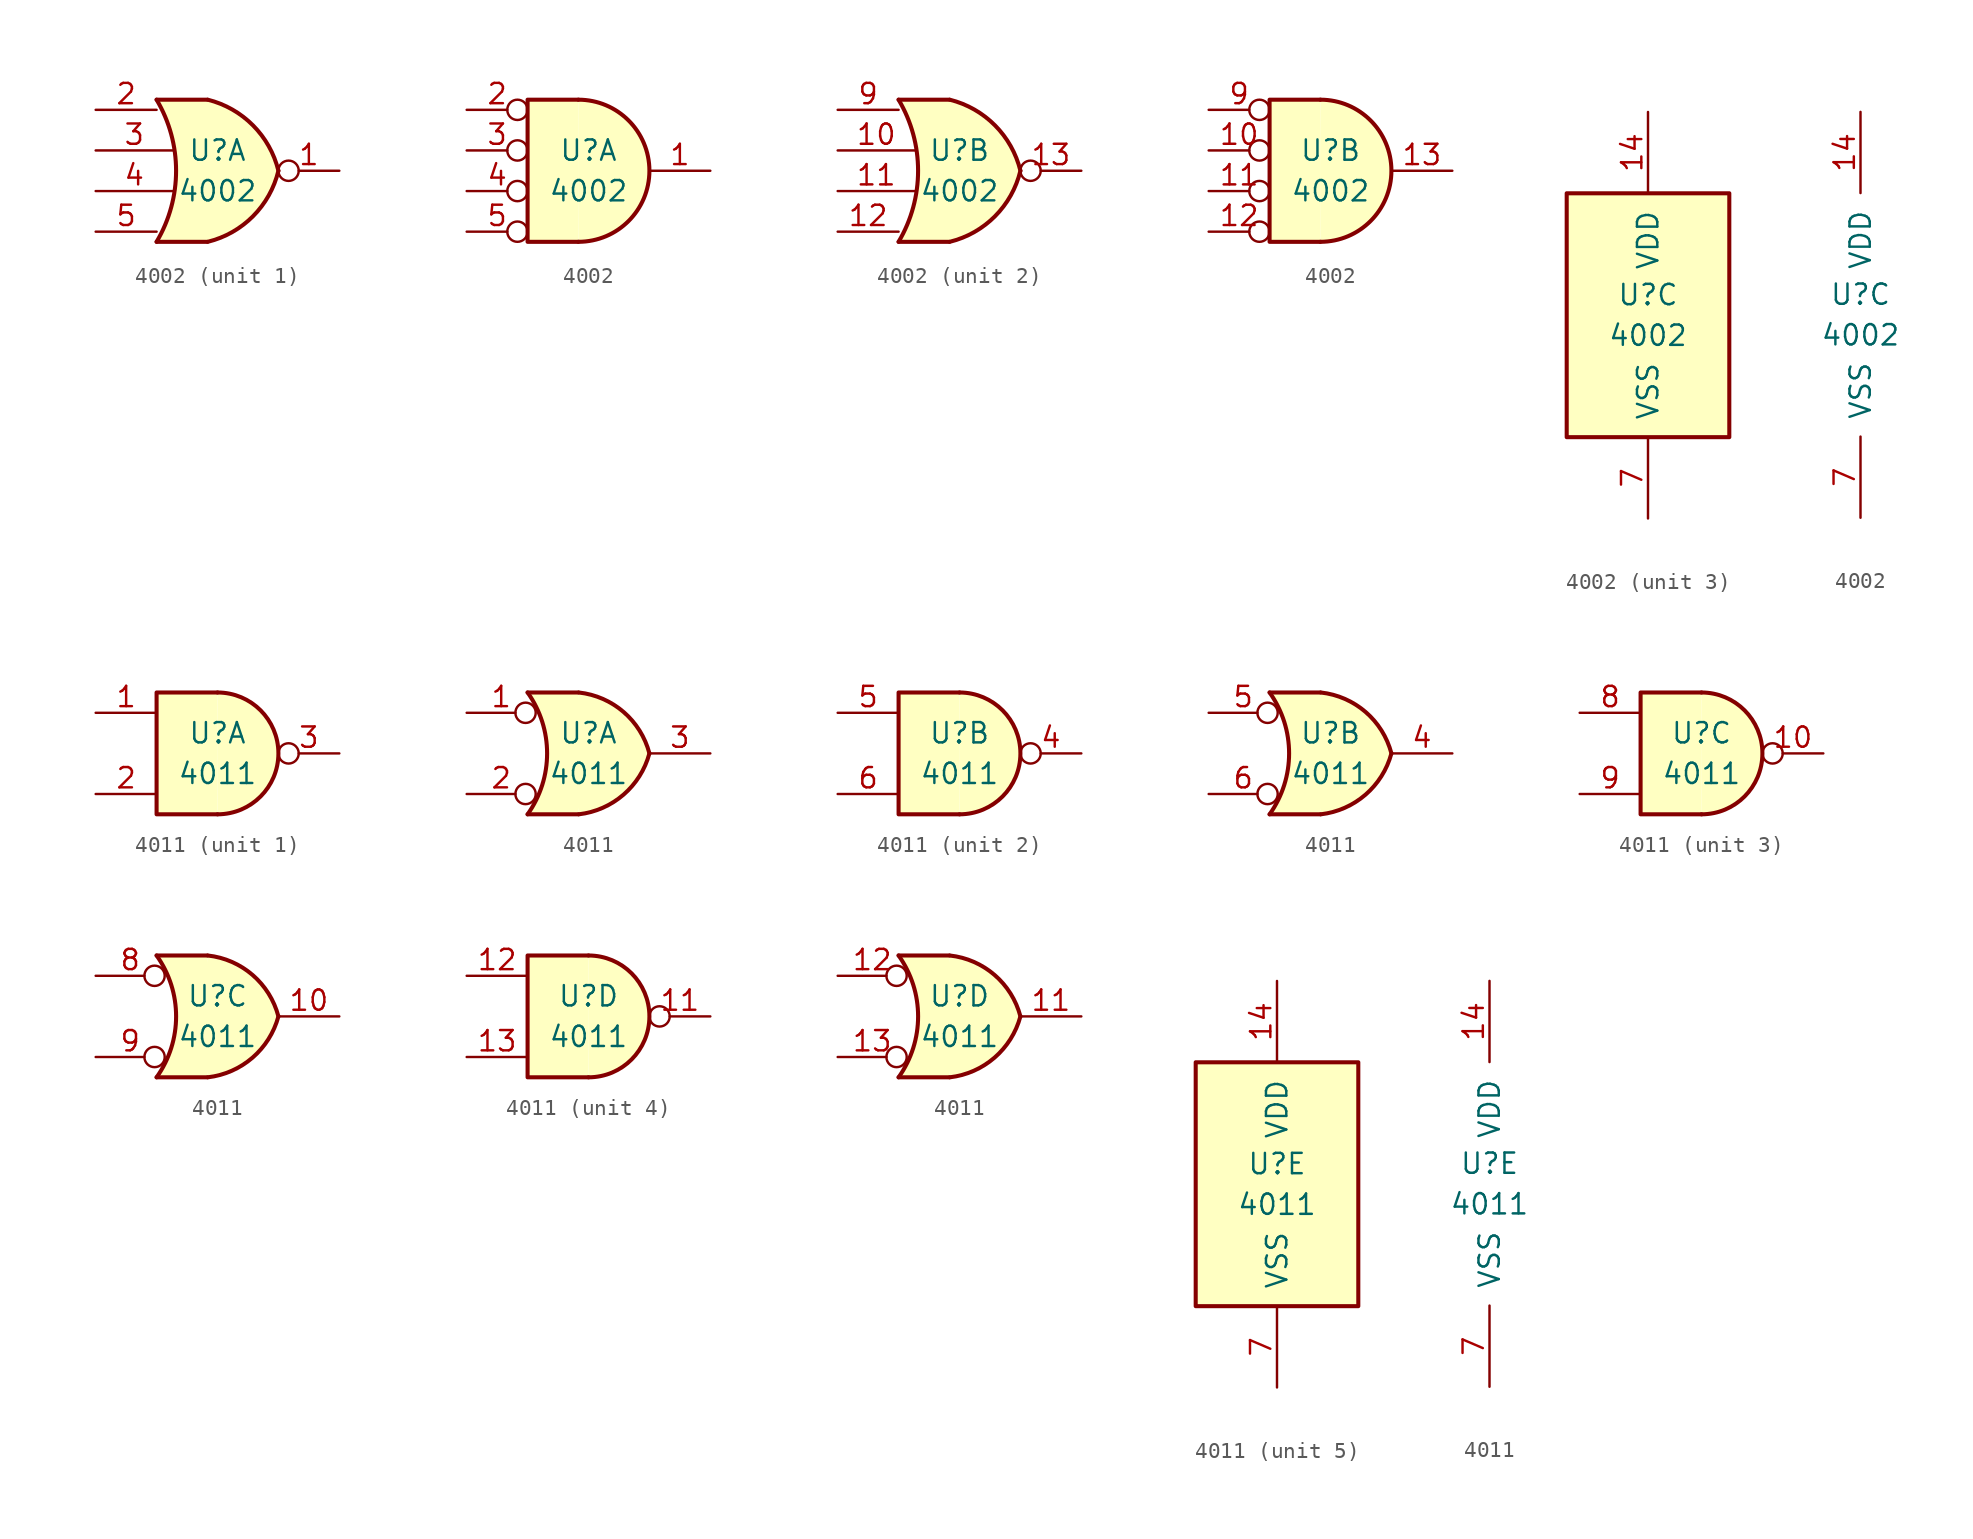
<source format=kicad_sym>
(kicad_symbol_lib
  (version 20211014)
  (generator kicad_symbol_editor)
  (symbol "4002"
    (pin_names
      (offset 1.016))
    (property "Reference" "U"
      (at 0 1.27 0)
      (effects (font (size 1.27 1.27))))
    (property "Value" "4002"
      (at 0 -1.27 0)
      (effects (font (size 1.27 1.27))))
    (property "ki_locked" ""
      (at 0 0 0)
      (effects (font (size 1.27 1.27))))
    (symbol "4002_1_1"
      (arc (start -3.81 -4.445) (mid -2.5908 0) (end -3.81 4.445) (stroke (width 0.254) (type default) (color 0 0 0 0)) (fill (type none)))
      (arc (start -0.6096 -4.445) (mid 2.224 -2.8428) (end 3.81 0) (stroke (width 0.254) (type default) (color 0 0 0 0)) (fill (type background)))
      (polyline (pts (xy -3.81 -4.445) (xy -0.635 -4.445)) (stroke (width 0.254) (type default) (color 0 0 0 0)) (fill (type background)))
      (polyline (pts (xy -3.81 4.445) (xy -0.635 4.445)) (stroke (width 0.254) (type default) (color 0 0 0 0)) (fill (type background)))
      (polyline (pts (xy -0.635 4.445) (xy -3.81 4.445) (xy -3.81 4.445) (xy -3.632 4.089) (xy -3.099 2.921) (xy -2.769 1.676) (xy -2.616 0.432) (xy -2.642 -0.864) (xy -2.87 -2.108) (xy -3.251 -3.327) (xy -3.81 -4.445) (xy -3.81 -4.445) (xy -0.635 -4.445)) (stroke (width -25.4) (type default) (color 0 0 0 0)) (fill (type background)))
      (arc (start 3.81 0) (mid 2.2198 2.8385) (end -0.6096 4.445) (stroke (width 0.254) (type default) (color 0 0 0 0)) (fill (type background)))
      (pin output inverted (at 7.62 0 180) (length 3.81) (name "~" (effects (font (size 1.27 1.27)))) (number "1" (effects (font (size 1.27 1.27)))))
      (pin input line (at -7.62 3.81 0) (length 3.81) (name "~" (effects (font (size 1.27 1.27)))) (number "2" (effects (font (size 1.27 1.27)))))
      (pin input line (at -7.62 1.27 0) (length 4.826) (name "~" (effects (font (size 1.27 1.27)))) (number "3" (effects (font (size 1.27 1.27)))))
      (pin input line (at -7.62 -1.27 0) (length 4.826) (name "~" (effects (font (size 1.27 1.27)))) (number "4" (effects (font (size 1.27 1.27)))))
      (pin input line (at -7.62 -3.81 0) (length 3.81) (name "~" (effects (font (size 1.27 1.27)))) (number "5" (effects (font (size 1.27 1.27))))))
    (symbol "4002_1_2"
      (arc (start -0.635 -4.445) (mid 3.81 0) (end -0.635 4.445) (stroke (width 0.254) (type default) (color 0 0 0 0)) (fill (type background)))
      (polyline (pts (xy -0.635 4.445) (xy -3.81 4.445) (xy -3.81 -4.445) (xy -0.635 -4.445)) (stroke (width 0.254) (type default) (color 0 0 0 0)) (fill (type background)))
      (pin output line (at 7.62 0 180) (length 3.81) (name "~" (effects (font (size 1.27 1.27)))) (number "1" (effects (font (size 1.27 1.27)))))
      (pin input inverted (at -7.62 3.81 0) (length 3.81) (name "~" (effects (font (size 1.27 1.27)))) (number "2" (effects (font (size 1.27 1.27)))))
      (pin input inverted (at -7.62 1.27 0) (length 3.81) (name "~" (effects (font (size 1.27 1.27)))) (number "3" (effects (font (size 1.27 1.27)))))
      (pin input inverted (at -7.62 -1.27 0) (length 3.81) (name "~" (effects (font (size 1.27 1.27)))) (number "4" (effects (font (size 1.27 1.27)))))
      (pin input inverted (at -7.62 -3.81 0) (length 3.81) (name "~" (effects (font (size 1.27 1.27)))) (number "5" (effects (font (size 1.27 1.27))))))
    (symbol "4002_2_1"
      (arc (start -3.81 -4.445) (mid -2.5908 0) (end -3.81 4.445) (stroke (width 0.254) (type default) (color 0 0 0 0)) (fill (type none)))
      (arc (start -0.6096 -4.445) (mid 2.224 -2.8428) (end 3.81 0) (stroke (width 0.254) (type default) (color 0 0 0 0)) (fill (type background)))
      (polyline (pts (xy -3.81 -4.445) (xy -0.635 -4.445)) (stroke (width 0.254) (type default) (color 0 0 0 0)) (fill (type background)))
      (polyline (pts (xy -3.81 4.445) (xy -0.635 4.445)) (stroke (width 0.254) (type default) (color 0 0 0 0)) (fill (type background)))
      (polyline (pts (xy -0.635 4.445) (xy -3.81 4.445) (xy -3.81 4.445) (xy -3.632 4.089) (xy -3.099 2.921) (xy -2.769 1.676) (xy -2.616 0.432) (xy -2.642 -0.864) (xy -2.87 -2.108) (xy -3.251 -3.327) (xy -3.81 -4.445) (xy -3.81 -4.445) (xy -0.635 -4.445)) (stroke (width -25.4) (type default) (color 0 0 0 0)) (fill (type background)))
      (arc (start 3.81 0) (mid 2.2198 2.8385) (end -0.6096 4.445) (stroke (width 0.254) (type default) (color 0 0 0 0)) (fill (type background)))
      (pin input line (at -7.62 1.27 0) (length 4.826) (name "~" (effects (font (size 1.27 1.27)))) (number "10" (effects (font (size 1.27 1.27)))))
      (pin input line (at -7.62 -1.27 0) (length 4.826) (name "~" (effects (font (size 1.27 1.27)))) (number "11" (effects (font (size 1.27 1.27)))))
      (pin input line (at -7.62 -3.81 0) (length 3.81) (name "~" (effects (font (size 1.27 1.27)))) (number "12" (effects (font (size 1.27 1.27)))))
      (pin output inverted (at 7.62 0 180) (length 3.81) (name "~" (effects (font (size 1.27 1.27)))) (number "13" (effects (font (size 1.27 1.27)))))
      (pin input line (at -7.62 3.81 0) (length 3.81) (name "~" (effects (font (size 1.27 1.27)))) (number "9" (effects (font (size 1.27 1.27))))))
    (symbol "4002_2_2"
      (arc (start -0.635 -4.445) (mid 3.81 0) (end -0.635 4.445) (stroke (width 0.254) (type default) (color 0 0 0 0)) (fill (type background)))
      (polyline (pts (xy -0.635 4.445) (xy -3.81 4.445) (xy -3.81 -4.445) (xy -0.635 -4.445)) (stroke (width 0.254) (type default) (color 0 0 0 0)) (fill (type background)))
      (pin input inverted (at -7.62 1.27 0) (length 3.81) (name "~" (effects (font (size 1.27 1.27)))) (number "10" (effects (font (size 1.27 1.27)))))
      (pin input inverted (at -7.62 -1.27 0) (length 3.81) (name "~" (effects (font (size 1.27 1.27)))) (number "11" (effects (font (size 1.27 1.27)))))
      (pin input inverted (at -7.62 -3.81 0) (length 3.81) (name "~" (effects (font (size 1.27 1.27)))) (number "12" (effects (font (size 1.27 1.27)))))
      (pin output line (at 7.62 0 180) (length 3.81) (name "~" (effects (font (size 1.27 1.27)))) (number "13" (effects (font (size 1.27 1.27)))))
      (pin input inverted (at -7.62 3.81 0) (length 3.81) (name "~" (effects (font (size 1.27 1.27)))) (number "9" (effects (font (size 1.27 1.27))))))
    (symbol "4002_3_0"
      (pin power_in line (at 0 12.7 270) (length 5.08) (name "VDD" (effects (font (size 1.27 1.27)))) (number "14" (effects (font (size 1.27 1.27)))))
      (pin power_in line (at 0 -12.7 90) (length 5.08) (name "VSS" (effects (font (size 1.27 1.27)))) (number "7" (effects (font (size 1.27 1.27))))))
    (symbol "4002_3_1"
      (rectangle (start -5.08 7.62) (end 5.08 -7.62) (stroke (width 0.254) (type default) (color 0 0 0 0)) (fill (type background)))))
  (symbol "4011"
    (pin_names
      (offset 1.016))
    (property "Reference" "U"
      (at 0 1.27 0)
      (effects (font (size 1.27 1.27))))
    (property "Value" "4011"
      (at 0 -1.27 0)
      (effects (font (size 1.27 1.27))))
    (property "ki_locked" ""
      (at 0 0 0)
      (effects (font (size 1.27 1.27))))
    (symbol "4011_1_1"
      (arc (start 0 -3.81) (mid 3.81 0) (end 0 3.81) (stroke (width 0.254) (type default) (color 0 0 0 0)) (fill (type background)))
      (polyline (pts (xy 0 3.81) (xy -3.81 3.81) (xy -3.81 -3.81) (xy 0 -3.81)) (stroke (width 0.254) (type default) (color 0 0 0 0)) (fill (type background)))
      (pin input line (at -7.62 2.54 0) (length 3.81) (name "~" (effects (font (size 1.27 1.27)))) (number "1" (effects (font (size 1.27 1.27)))))
      (pin input line (at -7.62 -2.54 0) (length 3.81) (name "~" (effects (font (size 1.27 1.27)))) (number "2" (effects (font (size 1.27 1.27)))))
      (pin output inverted (at 7.62 0 180) (length 3.81) (name "~" (effects (font (size 1.27 1.27)))) (number "3" (effects (font (size 1.27 1.27))))))
    (symbol "4011_1_2"
      (arc (start -3.81 -3.81) (mid -2.589 0) (end -3.81 3.81) (stroke (width 0.254) (type default) (color 0 0 0 0)) (fill (type none)))
      (arc (start -0.6096 -3.81) (mid 2.1855 -2.584) (end 3.81 0) (stroke (width 0.254) (type default) (color 0 0 0 0)) (fill (type background)))
      (polyline (pts (xy -3.81 -3.81) (xy -0.635 -3.81)) (stroke (width 0.254) (type default) (color 0 0 0 0)) (fill (type background)))
      (polyline (pts (xy -3.81 3.81) (xy -0.635 3.81)) (stroke (width 0.254) (type default) (color 0 0 0 0)) (fill (type background)))
      (polyline (pts (xy -0.635 3.81) (xy -3.81 3.81) (xy -3.81 3.81) (xy -3.556 3.404) (xy -3.023 2.261) (xy -2.692 1.041) (xy -2.616 -0.254) (xy -2.769 -1.499) (xy -3.175 -2.718) (xy -3.81 -3.81) (xy -3.81 -3.81) (xy -0.635 -3.81)) (stroke (width -25.4) (type default) (color 0 0 0 0)) (fill (type background)))
      (arc (start 3.81 0) (mid 2.1928 2.5925) (end -0.6096 3.81) (stroke (width 0.254) (type default) (color 0 0 0 0)) (fill (type background)))
      (pin input inverted (at -7.62 2.54 0) (length 4.318) (name "~" (effects (font (size 1.27 1.27)))) (number "1" (effects (font (size 1.27 1.27)))))
      (pin input inverted (at -7.62 -2.54 0) (length 4.318) (name "~" (effects (font (size 1.27 1.27)))) (number "2" (effects (font (size 1.27 1.27)))))
      (pin output line (at 7.62 0 180) (length 3.81) (name "~" (effects (font (size 1.27 1.27)))) (number "3" (effects (font (size 1.27 1.27))))))
    (symbol "4011_2_1"
      (arc (start 0 -3.81) (mid 3.81 0) (end 0 3.81) (stroke (width 0.254) (type default) (color 0 0 0 0)) (fill (type background)))
      (polyline (pts (xy 0 3.81) (xy -3.81 3.81) (xy -3.81 -3.81) (xy 0 -3.81)) (stroke (width 0.254) (type default) (color 0 0 0 0)) (fill (type background)))
      (pin output inverted (at 7.62 0 180) (length 3.81) (name "~" (effects (font (size 1.27 1.27)))) (number "4" (effects (font (size 1.27 1.27)))))
      (pin input line (at -7.62 2.54 0) (length 3.81) (name "~" (effects (font (size 1.27 1.27)))) (number "5" (effects (font (size 1.27 1.27)))))
      (pin input line (at -7.62 -2.54 0) (length 3.81) (name "~" (effects (font (size 1.27 1.27)))) (number "6" (effects (font (size 1.27 1.27))))))
    (symbol "4011_2_2"
      (arc (start -3.81 -3.81) (mid -2.589 0) (end -3.81 3.81) (stroke (width 0.254) (type default) (color 0 0 0 0)) (fill (type none)))
      (arc (start -0.6096 -3.81) (mid 2.1855 -2.584) (end 3.81 0) (stroke (width 0.254) (type default) (color 0 0 0 0)) (fill (type background)))
      (polyline (pts (xy -3.81 -3.81) (xy -0.635 -3.81)) (stroke (width 0.254) (type default) (color 0 0 0 0)) (fill (type background)))
      (polyline (pts (xy -3.81 3.81) (xy -0.635 3.81)) (stroke (width 0.254) (type default) (color 0 0 0 0)) (fill (type background)))
      (polyline (pts (xy -0.635 3.81) (xy -3.81 3.81) (xy -3.81 3.81) (xy -3.556 3.404) (xy -3.023 2.261) (xy -2.692 1.041) (xy -2.616 -0.254) (xy -2.769 -1.499) (xy -3.175 -2.718) (xy -3.81 -3.81) (xy -3.81 -3.81) (xy -0.635 -3.81)) (stroke (width -25.4) (type default) (color 0 0 0 0)) (fill (type background)))
      (arc (start 3.81 0) (mid 2.1928 2.5925) (end -0.6096 3.81) (stroke (width 0.254) (type default) (color 0 0 0 0)) (fill (type background)))
      (pin output line (at 7.62 0 180) (length 3.81) (name "~" (effects (font (size 1.27 1.27)))) (number "4" (effects (font (size 1.27 1.27)))))
      (pin input inverted (at -7.62 2.54 0) (length 4.318) (name "~" (effects (font (size 1.27 1.27)))) (number "5" (effects (font (size 1.27 1.27)))))
      (pin input inverted (at -7.62 -2.54 0) (length 4.318) (name "~" (effects (font (size 1.27 1.27)))) (number "6" (effects (font (size 1.27 1.27))))))
    (symbol "4011_3_1"
      (arc (start 0 -3.81) (mid 3.81 0) (end 0 3.81) (stroke (width 0.254) (type default) (color 0 0 0 0)) (fill (type background)))
      (polyline (pts (xy 0 3.81) (xy -3.81 3.81) (xy -3.81 -3.81) (xy 0 -3.81)) (stroke (width 0.254) (type default) (color 0 0 0 0)) (fill (type background)))
      (pin output inverted (at 7.62 0 180) (length 3.81) (name "~" (effects (font (size 1.27 1.27)))) (number "10" (effects (font (size 1.27 1.27)))))
      (pin input line (at -7.62 2.54 0) (length 3.81) (name "~" (effects (font (size 1.27 1.27)))) (number "8" (effects (font (size 1.27 1.27)))))
      (pin input line (at -7.62 -2.54 0) (length 3.81) (name "~" (effects (font (size 1.27 1.27)))) (number "9" (effects (font (size 1.27 1.27))))))
    (symbol "4011_3_2"
      (arc (start -3.81 -3.81) (mid -2.589 0) (end -3.81 3.81) (stroke (width 0.254) (type default) (color 0 0 0 0)) (fill (type none)))
      (arc (start -0.6096 -3.81) (mid 2.1855 -2.584) (end 3.81 0) (stroke (width 0.254) (type default) (color 0 0 0 0)) (fill (type background)))
      (polyline (pts (xy -3.81 -3.81) (xy -0.635 -3.81)) (stroke (width 0.254) (type default) (color 0 0 0 0)) (fill (type background)))
      (polyline (pts (xy -3.81 3.81) (xy -0.635 3.81)) (stroke (width 0.254) (type default) (color 0 0 0 0)) (fill (type background)))
      (polyline (pts (xy -0.635 3.81) (xy -3.81 3.81) (xy -3.81 3.81) (xy -3.556 3.404) (xy -3.023 2.261) (xy -2.692 1.041) (xy -2.616 -0.254) (xy -2.769 -1.499) (xy -3.175 -2.718) (xy -3.81 -3.81) (xy -3.81 -3.81) (xy -0.635 -3.81)) (stroke (width -25.4) (type default) (color 0 0 0 0)) (fill (type background)))
      (arc (start 3.81 0) (mid 2.1928 2.5925) (end -0.6096 3.81) (stroke (width 0.254) (type default) (color 0 0 0 0)) (fill (type background)))
      (pin output line (at 7.62 0 180) (length 3.81) (name "~" (effects (font (size 1.27 1.27)))) (number "10" (effects (font (size 1.27 1.27)))))
      (pin input inverted (at -7.62 2.54 0) (length 4.318) (name "~" (effects (font (size 1.27 1.27)))) (number "8" (effects (font (size 1.27 1.27)))))
      (pin input inverted (at -7.62 -2.54 0) (length 4.318) (name "~" (effects (font (size 1.27 1.27)))) (number "9" (effects (font (size 1.27 1.27))))))
    (symbol "4011_4_1"
      (arc (start 0 -3.81) (mid 3.81 0) (end 0 3.81) (stroke (width 0.254) (type default) (color 0 0 0 0)) (fill (type background)))
      (polyline (pts (xy 0 3.81) (xy -3.81 3.81) (xy -3.81 -3.81) (xy 0 -3.81)) (stroke (width 0.254) (type default) (color 0 0 0 0)) (fill (type background)))
      (pin output inverted (at 7.62 0 180) (length 3.81) (name "~" (effects (font (size 1.27 1.27)))) (number "11" (effects (font (size 1.27 1.27)))))
      (pin input line (at -7.62 2.54 0) (length 3.81) (name "~" (effects (font (size 1.27 1.27)))) (number "12" (effects (font (size 1.27 1.27)))))
      (pin input line (at -7.62 -2.54 0) (length 3.81) (name "~" (effects (font (size 1.27 1.27)))) (number "13" (effects (font (size 1.27 1.27))))))
    (symbol "4011_4_2"
      (arc (start -3.81 -3.81) (mid -2.589 0) (end -3.81 3.81) (stroke (width 0.254) (type default) (color 0 0 0 0)) (fill (type none)))
      (arc (start -0.6096 -3.81) (mid 2.1855 -2.584) (end 3.81 0) (stroke (width 0.254) (type default) (color 0 0 0 0)) (fill (type background)))
      (polyline (pts (xy -3.81 -3.81) (xy -0.635 -3.81)) (stroke (width 0.254) (type default) (color 0 0 0 0)) (fill (type background)))
      (polyline (pts (xy -3.81 3.81) (xy -0.635 3.81)) (stroke (width 0.254) (type default) (color 0 0 0 0)) (fill (type background)))
      (polyline (pts (xy -0.635 3.81) (xy -3.81 3.81) (xy -3.81 3.81) (xy -3.556 3.404) (xy -3.023 2.261) (xy -2.692 1.041) (xy -2.616 -0.254) (xy -2.769 -1.499) (xy -3.175 -2.718) (xy -3.81 -3.81) (xy -3.81 -3.81) (xy -0.635 -3.81)) (stroke (width -25.4) (type default) (color 0 0 0 0)) (fill (type background)))
      (arc (start 3.81 0) (mid 2.1928 2.5925) (end -0.6096 3.81) (stroke (width 0.254) (type default) (color 0 0 0 0)) (fill (type background)))
      (pin output line (at 7.62 0 180) (length 3.81) (name "~" (effects (font (size 1.27 1.27)))) (number "11" (effects (font (size 1.27 1.27)))))
      (pin input inverted (at -7.62 2.54 0) (length 4.318) (name "~" (effects (font (size 1.27 1.27)))) (number "12" (effects (font (size 1.27 1.27)))))
      (pin input inverted (at -7.62 -2.54 0) (length 4.318) (name "~" (effects (font (size 1.27 1.27)))) (number "13" (effects (font (size 1.27 1.27))))))
    (symbol "4011_5_0"
      (pin power_in line (at 0 12.7 270) (length 5.08) (name "VDD" (effects (font (size 1.27 1.27)))) (number "14" (effects (font (size 1.27 1.27)))))
      (pin power_in line (at 0 -12.7 90) (length 5.08) (name "VSS" (effects (font (size 1.27 1.27)))) (number "7" (effects (font (size 1.27 1.27))))))
    (symbol "4011_5_1"
      (rectangle (start -5.08 7.62) (end 5.08 -7.62) (stroke (width 0.254) (type default) (color 0 0 0 0)) (fill (type background))))))
</source>
